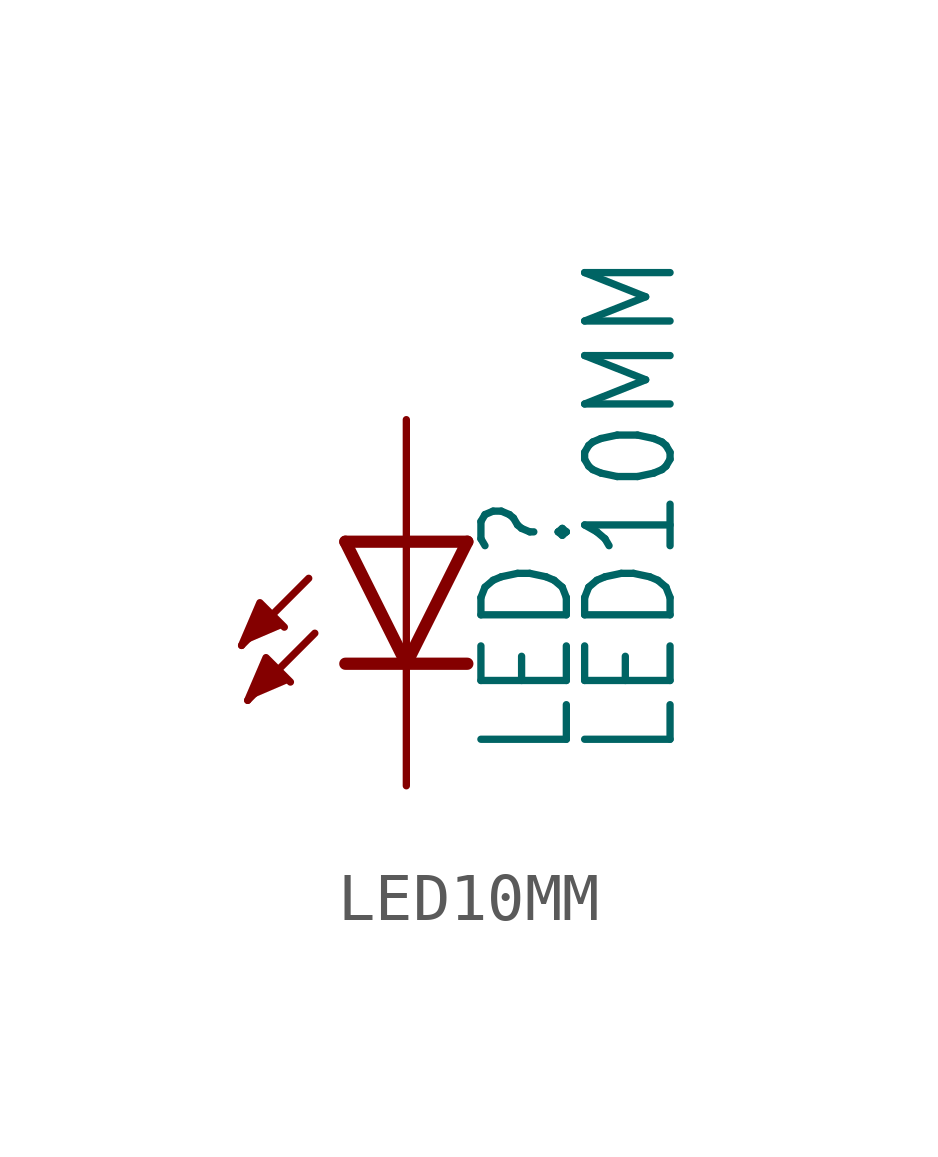
<source format=kicad_sym>
(kicad_symbol_lib
  (version 20220331)
  (generator kicad_symbol_editor)
  (symbol "LED10MM"
    (property "Reference" "LED"
      (at 3.556 -4.572 90)
      (effects (font (size 1.778 1.511)) (justify left bottom)))
    (property "Value" "LED10MM"
      (at 5.715 -4.572 90)
      (effects (font (size 1.778 1.511)) (justify left bottom)))
    (property "ki_locked" ""
      (at 0 0 0)
      (effects (font (size 1.27 1.27))))
    (symbol "LED10MM_1_0"
      (polyline (pts (xy -2.032 -0.762) (xy -3.429 -2.159)) (stroke (width 0.152) (type solid)) (fill (type none)))
      (polyline (pts (xy -1.905 -1.905) (xy -3.302 -3.302)) (stroke (width 0.152) (type solid)) (fill (type none)))
      (polyline (pts (xy 0 -2.54) (xy -1.27 -2.54)) (stroke (width 0.254) (type solid)) (fill (type none)))
      (polyline (pts (xy 0 -2.54) (xy -1.27 0)) (stroke (width 0.254) (type solid)) (fill (type none)))
      (polyline (pts (xy 0 0) (xy -1.27 0)) (stroke (width 0.254) (type solid)) (fill (type none)))
      (polyline (pts (xy 0 0) (xy 0 -2.54)) (stroke (width 0.152) (type solid)) (fill (type none)))
      (polyline (pts (xy 1.27 -2.54) (xy 0 -2.54)) (stroke (width 0.254) (type solid)) (fill (type none)))
      (polyline (pts (xy 1.27 0) (xy 0 -2.54)) (stroke (width 0.254) (type solid)) (fill (type none)))
      (polyline (pts (xy 1.27 0) (xy 0 0)) (stroke (width 0.254) (type solid)) (fill (type none)))
      (polyline (pts (xy -3.429 -2.159) (xy -3.048 -1.27) (xy -2.54 -1.778)) (stroke (width 0) (type default)) (fill (type outline)))
      (polyline (pts (xy -3.302 -3.302) (xy -2.921 -2.413) (xy -2.413 -2.921)) (stroke (width 0) (type default)) (fill (type outline)))
      (pin passive line (at 0 2.54 270) (length 2.54) (name "A" (effects (font (size 0 0)))) (number "A" (effects (font (size 0 0)))))
      (pin passive line (at 0 -5.08 90) (length 2.54) (name "C" (effects (font (size 0 0)))) (number "K" (effects (font (size 0 0))))))))
</source>
